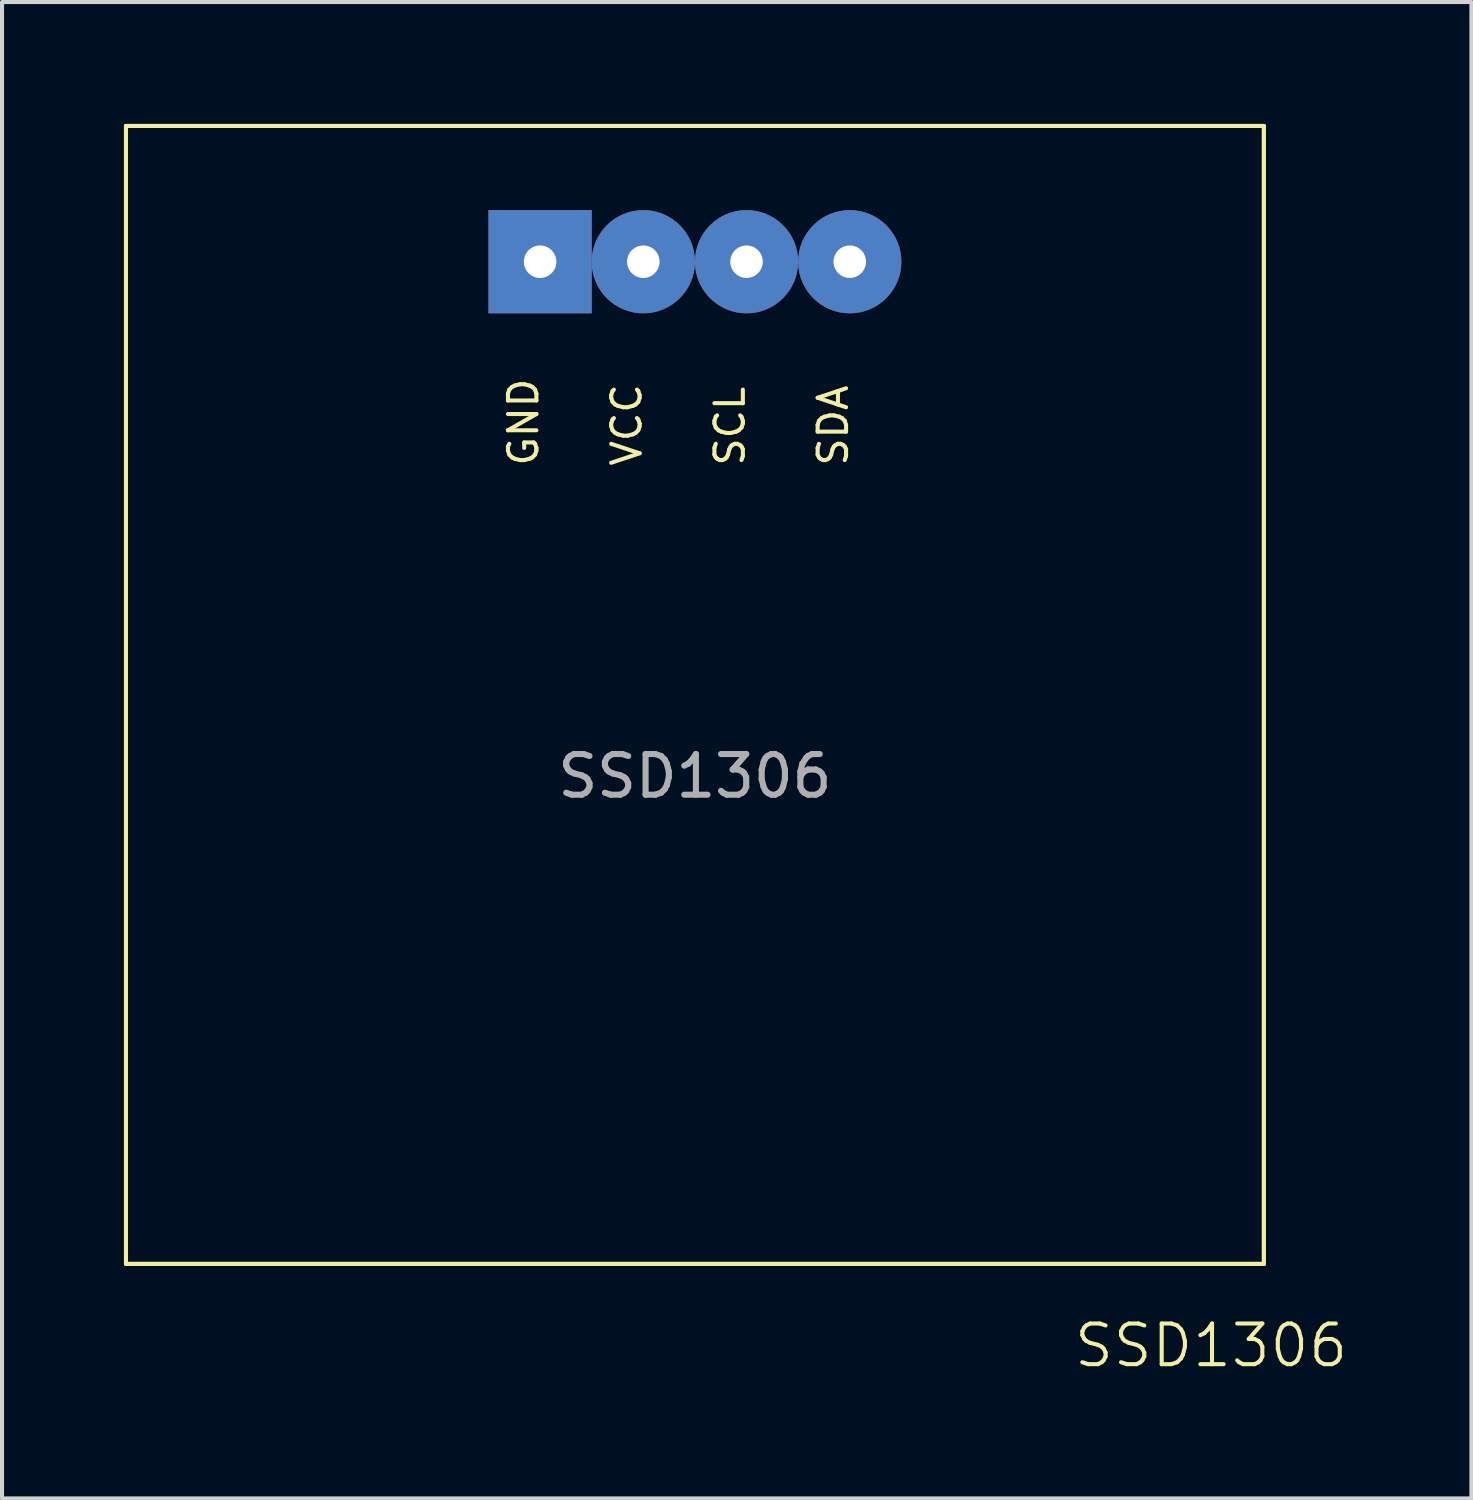
<source format=kicad_pcb>
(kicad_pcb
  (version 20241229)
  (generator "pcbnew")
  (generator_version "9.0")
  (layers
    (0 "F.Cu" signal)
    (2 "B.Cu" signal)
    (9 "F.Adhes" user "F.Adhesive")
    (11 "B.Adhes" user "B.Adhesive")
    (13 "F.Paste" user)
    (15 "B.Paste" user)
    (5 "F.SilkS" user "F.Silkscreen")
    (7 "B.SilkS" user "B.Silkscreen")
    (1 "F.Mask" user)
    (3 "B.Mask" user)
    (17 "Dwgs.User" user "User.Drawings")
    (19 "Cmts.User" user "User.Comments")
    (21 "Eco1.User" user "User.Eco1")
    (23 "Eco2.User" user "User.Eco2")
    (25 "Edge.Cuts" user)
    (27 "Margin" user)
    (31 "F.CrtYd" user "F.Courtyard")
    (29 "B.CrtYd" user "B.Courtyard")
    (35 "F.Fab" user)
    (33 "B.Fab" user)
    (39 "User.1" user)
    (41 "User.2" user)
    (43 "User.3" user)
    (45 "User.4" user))
  (footprint "SSD1306"
    (layer "F.Cu")
    (at 14.05 13.55)
    (property "Reference" "SSD1306" (at 12.7 16.51 0) (unlocked yes) (layer "F.SilkS") (effects (font (size 1 1) (thickness 0.1))))
    (attr through_hole)
    (fp_line (start -14 -13.5) (end 14 -13.5) (stroke (width 0.1) (type default)) (layer "F.SilkS"))
    (fp_line (start -14 14.5) (end -14 -13.5) (stroke (width 0.1) (type default)) (layer "F.SilkS"))
    (fp_line (start 14 -13.5) (end 14 14.5) (stroke (width 0.1) (type default)) (layer "F.SilkS"))
    (fp_line (start 14 14.5) (end -14 14.5) (stroke (width 0.1) (type default)) (layer "F.SilkS"))
    (fp_rect (start -14 -13.5) (end 14 14.5) (stroke (width 0.1) (type default)) (fill no) (layer "F.SilkS"))
    (fp_text user "VCC" (at -1.27 -5.08 90) (unlocked yes) (layer "F.SilkS") (effects (font (size 0.7 0.7) (thickness 0.1)) (justify left bottom)))
    (fp_text user "SDA" (at 3.81 -5.08 90) (unlocked yes) (layer "F.SilkS") (effects (font (size 0.7 0.7) (thickness 0.1)) (justify left bottom)))
    (fp_text user "SCL" (at 1.27 -5.08 90) (unlocked yes) (layer "F.SilkS") (effects (font (size 0.7 0.7) (thickness 0.1)) (justify left bottom)))
    (fp_text user "GND" (at -3.81 -5.08 90) (unlocked yes) (layer "F.SilkS") (effects (font (size 0.7 0.7) (thickness 0.1)) (justify left bottom)))
    (fp_text user "SSD1306" (at 0 2.5 0) (unlocked yes) (layer "F.Fab") (effects (font (size 1 1) (thickness 0.15))))
    (pad "1" thru_hole rect (at -3.81 -10.16) (size 2.54 2.54) (drill 0.8) (layers "*.Cu" "*.Mask"))
    (pad "2" thru_hole circle (at -1.27 -10.16) (size 2.54 2.54) (drill 0.8) (layers "*.Cu" "*.Mask"))
    (pad "3" thru_hole circle (at 1.27 -10.16) (size 2.54 2.54) (drill 0.8) (layers "*.Cu" "*.Mask"))
    (pad "4" thru_hole circle (at 3.81 -10.16) (size 2.54 2.54) (drill 0.8) (layers "*.Cu" "*.Mask"))
    (zone (net_name "") (layer "F.SilkS") (hatch edge 0.5) (connect_pads) (min_thickness 0.25) (filled_areas_thickness no) (keepout (tracks allowed) (vias allowed) (pads not_allowed) (copperpour allowed) (footprints not_allowed)) (placement (enabled no)) (fill) (polygon (pts (xy 0.05 0.05) (xy 28.05 0.05) (xy 28.05 28.05) (xy 0.05 28.05)))))
  (gr_rect
    (start -3 -3)
    (end 33.157 33.821)
    (stroke (width 0.1) (type default))
    (fill no)
    (layer "Edge.Cuts")))
</source>
